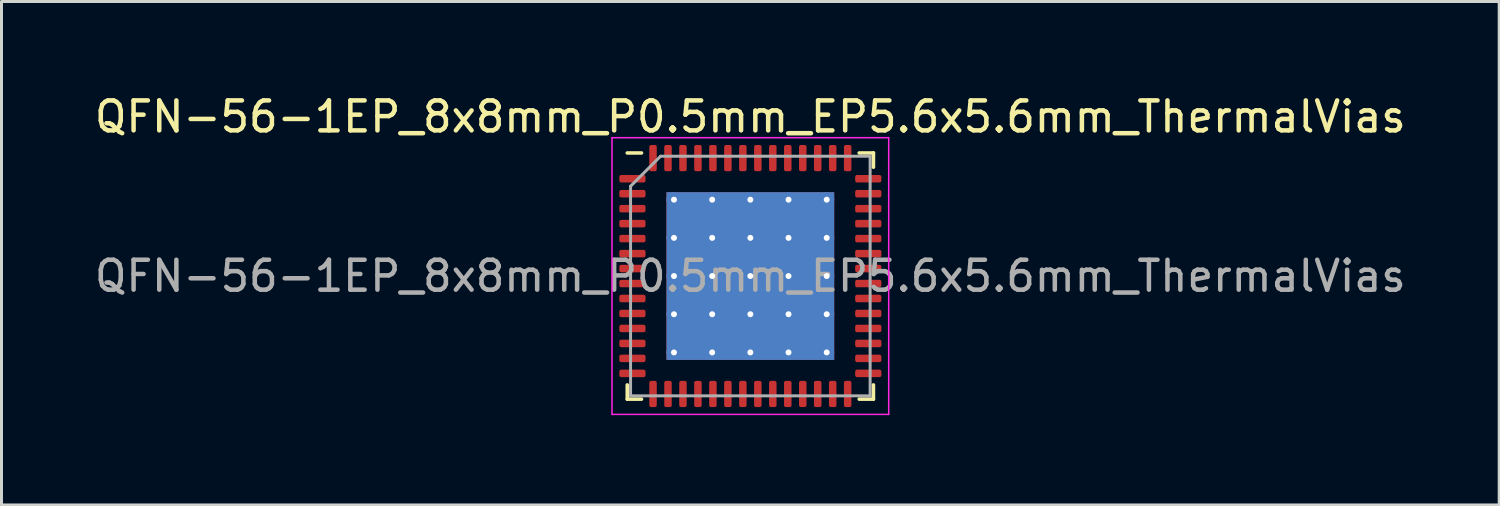
<source format=kicad_pcb>
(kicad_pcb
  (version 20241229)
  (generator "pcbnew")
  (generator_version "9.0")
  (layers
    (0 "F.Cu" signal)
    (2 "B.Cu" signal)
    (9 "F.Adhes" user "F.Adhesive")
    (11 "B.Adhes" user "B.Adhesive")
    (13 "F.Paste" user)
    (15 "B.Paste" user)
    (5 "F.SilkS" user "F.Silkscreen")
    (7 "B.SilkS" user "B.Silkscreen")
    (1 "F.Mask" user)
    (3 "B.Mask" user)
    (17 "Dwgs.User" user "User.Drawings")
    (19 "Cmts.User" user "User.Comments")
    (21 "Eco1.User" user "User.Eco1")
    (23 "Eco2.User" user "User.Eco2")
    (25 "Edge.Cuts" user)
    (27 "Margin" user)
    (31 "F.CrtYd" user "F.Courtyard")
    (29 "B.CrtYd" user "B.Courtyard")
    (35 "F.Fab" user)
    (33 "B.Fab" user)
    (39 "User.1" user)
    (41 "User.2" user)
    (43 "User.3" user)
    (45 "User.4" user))
  (footprint "QFN-56-1EP_8x8mm_P0.5mm_EP5.6x5.6mm_ThermalVias"
    (layer "F.Cu")
    (at 22.006 6.168)
    (property "Reference" "QFN-56-1EP_8x8mm_P0.5mm_EP5.6x5.6mm_ThermalVias" (at 0 -5.32 0) (layer "F.SilkS") (effects (font (size 1 1) (thickness 0.15))))
    (attr smd)
    (fp_line (start -4.11 4.11) (end -4.11 3.635) (stroke (width 0.12) (type solid)) (layer "F.SilkS"))
    (fp_line (start -3.635 -4.11) (end -4.11 -4.11) (stroke (width 0.12) (type solid)) (layer "F.SilkS"))
    (fp_line (start -3.635 4.11) (end -4.11 4.11) (stroke (width 0.12) (type solid)) (layer "F.SilkS"))
    (fp_line (start 3.635 -4.11) (end 4.11 -4.11) (stroke (width 0.12) (type solid)) (layer "F.SilkS"))
    (fp_line (start 3.635 4.11) (end 4.11 4.11) (stroke (width 0.12) (type solid)) (layer "F.SilkS"))
    (fp_line (start 4.11 -4.11) (end 4.11 -3.635) (stroke (width 0.12) (type solid)) (layer "F.SilkS"))
    (fp_line (start 4.11 4.11) (end 4.11 3.635) (stroke (width 0.12) (type solid)) (layer "F.SilkS"))
    (fp_line (start -4.62 -4.62) (end -4.62 4.62) (stroke (width 0.05) (type solid)) (layer "F.CrtYd"))
    (fp_line (start -4.62 4.62) (end 4.62 4.62) (stroke (width 0.05) (type solid)) (layer "F.CrtYd"))
    (fp_line (start 4.62 -4.62) (end -4.62 -4.62) (stroke (width 0.05) (type solid)) (layer "F.CrtYd"))
    (fp_line (start 4.62 4.62) (end 4.62 -4.62) (stroke (width 0.05) (type solid)) (layer "F.CrtYd"))
    (fp_line (start -4 -3) (end -3 -4) (stroke (width 0.1) (type solid)) (layer "F.Fab"))
    (fp_line (start -4 4) (end -4 -3) (stroke (width 0.1) (type solid)) (layer "F.Fab"))
    (fp_line (start -3 -4) (end 4 -4) (stroke (width 0.1) (type solid)) (layer "F.Fab"))
    (fp_line (start 4 -4) (end 4 4) (stroke (width 0.1) (type solid)) (layer "F.Fab"))
    (fp_line (start 4 4) (end -4 4) (stroke (width 0.1) (type solid)) (layer "F.Fab"))
    (fp_text user "${REFERENCE}" (at 0 0 0) (layer "F.Fab") (effects (font (size 1 1) (thickness 0.15))))
    (pad "" smd roundrect (at -1.913 -1.913) (size 1.084 1.084) (layers "F.Paste") (roundrect_rratio 0.231))
    (pad "" smd roundrect (at -1.913 -0.637) (size 1.084 1.084) (layers "F.Paste") (roundrect_rratio 0.231))
    (pad "" smd roundrect (at -1.913 0.637) (size 1.084 1.084) (layers "F.Paste") (roundrect_rratio 0.231))
    (pad "" smd roundrect (at -1.913 1.913) (size 1.084 1.084) (layers "F.Paste") (roundrect_rratio 0.231))
    (pad "" smd roundrect (at -0.637 -1.913) (size 1.084 1.084) (layers "F.Paste") (roundrect_rratio 0.231))
    (pad "" smd roundrect (at -0.637 -0.637) (size 1.084 1.084) (layers "F.Paste") (roundrect_rratio 0.231))
    (pad "" smd roundrect (at -0.637 0.637) (size 1.084 1.084) (layers "F.Paste") (roundrect_rratio 0.231))
    (pad "" smd roundrect (at -0.637 1.913) (size 1.084 1.084) (layers "F.Paste") (roundrect_rratio 0.231))
    (pad "" smd roundrect (at 0.637 -1.913) (size 1.084 1.084) (layers "F.Paste") (roundrect_rratio 0.231))
    (pad "" smd roundrect (at 0.637 -0.637) (size 1.084 1.084) (layers "F.Paste") (roundrect_rratio 0.231))
    (pad "" smd roundrect (at 0.637 0.637) (size 1.084 1.084) (layers "F.Paste") (roundrect_rratio 0.231))
    (pad "" smd roundrect (at 0.637 1.913) (size 1.084 1.084) (layers "F.Paste") (roundrect_rratio 0.231))
    (pad "" smd roundrect (at 1.913 -1.913) (size 1.084 1.084) (layers "F.Paste") (roundrect_rratio 0.231))
    (pad "" smd roundrect (at 1.913 -0.637) (size 1.084 1.084) (layers "F.Paste") (roundrect_rratio 0.231))
    (pad "" smd roundrect (at 1.913 0.637) (size 1.084 1.084) (layers "F.Paste") (roundrect_rratio 0.231))
    (pad "" smd roundrect (at 1.913 1.913) (size 1.084 1.084) (layers "F.Paste") (roundrect_rratio 0.231))
    (pad "1" smd roundrect (at -3.938 -3.25) (size 0.875 0.25) (layers "F.Cu" "F.Mask" "F.Paste") (roundrect_rratio 0.25))
    (pad "2" smd roundrect (at -3.938 -2.75) (size 0.875 0.25) (layers "F.Cu" "F.Mask" "F.Paste") (roundrect_rratio 0.25))
    (pad "3" smd roundrect (at -3.938 -2.25) (size 0.875 0.25) (layers "F.Cu" "F.Mask" "F.Paste") (roundrect_rratio 0.25))
    (pad "4" smd roundrect (at -3.938 -1.75) (size 0.875 0.25) (layers "F.Cu" "F.Mask" "F.Paste") (roundrect_rratio 0.25))
    (pad "5" smd roundrect (at -3.938 -1.25) (size 0.875 0.25) (layers "F.Cu" "F.Mask" "F.Paste") (roundrect_rratio 0.25))
    (pad "6" smd roundrect (at -3.938 -0.75) (size 0.875 0.25) (layers "F.Cu" "F.Mask" "F.Paste") (roundrect_rratio 0.25))
    (pad "7" smd roundrect (at -3.938 -0.25) (size 0.875 0.25) (layers "F.Cu" "F.Mask" "F.Paste") (roundrect_rratio 0.25))
    (pad "8" smd roundrect (at -3.938 0.25) (size 0.875 0.25) (layers "F.Cu" "F.Mask" "F.Paste") (roundrect_rratio 0.25))
    (pad "9" smd roundrect (at -3.938 0.75) (size 0.875 0.25) (layers "F.Cu" "F.Mask" "F.Paste") (roundrect_rratio 0.25))
    (pad "10" smd roundrect (at -3.938 1.25) (size 0.875 0.25) (layers "F.Cu" "F.Mask" "F.Paste") (roundrect_rratio 0.25))
    (pad "11" smd roundrect (at -3.938 1.75) (size 0.875 0.25) (layers "F.Cu" "F.Mask" "F.Paste") (roundrect_rratio 0.25))
    (pad "12" smd roundrect (at -3.938 2.25) (size 0.875 0.25) (layers "F.Cu" "F.Mask" "F.Paste") (roundrect_rratio 0.25))
    (pad "13" smd roundrect (at -3.938 2.75) (size 0.875 0.25) (layers "F.Cu" "F.Mask" "F.Paste") (roundrect_rratio 0.25))
    (pad "14" smd roundrect (at -3.938 3.25) (size 0.875 0.25) (layers "F.Cu" "F.Mask" "F.Paste") (roundrect_rratio 0.25))
    (pad "15" smd roundrect (at -3.25 3.938) (size 0.25 0.875) (layers "F.Cu" "F.Mask" "F.Paste") (roundrect_rratio 0.25))
    (pad "16" smd roundrect (at -2.75 3.938) (size 0.25 0.875) (layers "F.Cu" "F.Mask" "F.Paste") (roundrect_rratio 0.25))
    (pad "17" smd roundrect (at -2.25 3.938) (size 0.25 0.875) (layers "F.Cu" "F.Mask" "F.Paste") (roundrect_rratio 0.25))
    (pad "18" smd roundrect (at -1.75 3.938) (size 0.25 0.875) (layers "F.Cu" "F.Mask" "F.Paste") (roundrect_rratio 0.25))
    (pad "19" smd roundrect (at -1.25 3.938) (size 0.25 0.875) (layers "F.Cu" "F.Mask" "F.Paste") (roundrect_rratio 0.25))
    (pad "20" smd roundrect (at -0.75 3.938) (size 0.25 0.875) (layers "F.Cu" "F.Mask" "F.Paste") (roundrect_rratio 0.25))
    (pad "21" smd roundrect (at -0.25 3.938) (size 0.25 0.875) (layers "F.Cu" "F.Mask" "F.Paste") (roundrect_rratio 0.25))
    (pad "22" smd roundrect (at 0.25 3.938) (size 0.25 0.875) (layers "F.Cu" "F.Mask" "F.Paste") (roundrect_rratio 0.25))
    (pad "23" smd roundrect (at 0.75 3.938) (size 0.25 0.875) (layers "F.Cu" "F.Mask" "F.Paste") (roundrect_rratio 0.25))
    (pad "24" smd roundrect (at 1.25 3.938) (size 0.25 0.875) (layers "F.Cu" "F.Mask" "F.Paste") (roundrect_rratio 0.25))
    (pad "25" smd roundrect (at 1.75 3.938) (size 0.25 0.875) (layers "F.Cu" "F.Mask" "F.Paste") (roundrect_rratio 0.25))
    (pad "26" smd roundrect (at 2.25 3.938) (size 0.25 0.875) (layers "F.Cu" "F.Mask" "F.Paste") (roundrect_rratio 0.25))
    (pad "27" smd roundrect (at 2.75 3.938) (size 0.25 0.875) (layers "F.Cu" "F.Mask" "F.Paste") (roundrect_rratio 0.25))
    (pad "28" smd roundrect (at 3.25 3.938) (size 0.25 0.875) (layers "F.Cu" "F.Mask" "F.Paste") (roundrect_rratio 0.25))
    (pad "29" smd roundrect (at 3.938 3.25) (size 0.875 0.25) (layers "F.Cu" "F.Mask" "F.Paste") (roundrect_rratio 0.25))
    (pad "30" smd roundrect (at 3.938 2.75) (size 0.875 0.25) (layers "F.Cu" "F.Mask" "F.Paste") (roundrect_rratio 0.25))
    (pad "31" smd roundrect (at 3.938 2.25) (size 0.875 0.25) (layers "F.Cu" "F.Mask" "F.Paste") (roundrect_rratio 0.25))
    (pad "32" smd roundrect (at 3.938 1.75) (size 0.875 0.25) (layers "F.Cu" "F.Mask" "F.Paste") (roundrect_rratio 0.25))
    (pad "33" smd roundrect (at 3.938 1.25) (size 0.875 0.25) (layers "F.Cu" "F.Mask" "F.Paste") (roundrect_rratio 0.25))
    (pad "34" smd roundrect (at 3.938 0.75) (size 0.875 0.25) (layers "F.Cu" "F.Mask" "F.Paste") (roundrect_rratio 0.25))
    (pad "35" smd roundrect (at 3.938 0.25) (size 0.875 0.25) (layers "F.Cu" "F.Mask" "F.Paste") (roundrect_rratio 0.25))
    (pad "36" smd roundrect (at 3.938 -0.25) (size 0.875 0.25) (layers "F.Cu" "F.Mask" "F.Paste") (roundrect_rratio 0.25))
    (pad "37" smd roundrect (at 3.938 -0.75) (size 0.875 0.25) (layers "F.Cu" "F.Mask" "F.Paste") (roundrect_rratio 0.25))
    (pad "38" smd roundrect (at 3.938 -1.25) (size 0.875 0.25) (layers "F.Cu" "F.Mask" "F.Paste") (roundrect_rratio 0.25))
    (pad "39" smd roundrect (at 3.938 -1.75) (size 0.875 0.25) (layers "F.Cu" "F.Mask" "F.Paste") (roundrect_rratio 0.25))
    (pad "40" smd roundrect (at 3.938 -2.25) (size 0.875 0.25) (layers "F.Cu" "F.Mask" "F.Paste") (roundrect_rratio 0.25))
    (pad "41" smd roundrect (at 3.938 -2.75) (size 0.875 0.25) (layers "F.Cu" "F.Mask" "F.Paste") (roundrect_rratio 0.25))
    (pad "42" smd roundrect (at 3.938 -3.25) (size 0.875 0.25) (layers "F.Cu" "F.Mask" "F.Paste") (roundrect_rratio 0.25))
    (pad "43" smd roundrect (at 3.25 -3.938) (size 0.25 0.875) (layers "F.Cu" "F.Mask" "F.Paste") (roundrect_rratio 0.25))
    (pad "44" smd roundrect (at 2.75 -3.938) (size 0.25 0.875) (layers "F.Cu" "F.Mask" "F.Paste") (roundrect_rratio 0.25))
    (pad "45" smd roundrect (at 2.25 -3.938) (size 0.25 0.875) (layers "F.Cu" "F.Mask" "F.Paste") (roundrect_rratio 0.25))
    (pad "46" smd roundrect (at 1.75 -3.938) (size 0.25 0.875) (layers "F.Cu" "F.Mask" "F.Paste") (roundrect_rratio 0.25))
    (pad "47" smd roundrect (at 1.25 -3.938) (size 0.25 0.875) (layers "F.Cu" "F.Mask" "F.Paste") (roundrect_rratio 0.25))
    (pad "48" smd roundrect (at 0.75 -3.938) (size 0.25 0.875) (layers "F.Cu" "F.Mask" "F.Paste") (roundrect_rratio 0.25))
    (pad "49" smd roundrect (at 0.25 -3.938) (size 0.25 0.875) (layers "F.Cu" "F.Mask" "F.Paste") (roundrect_rratio 0.25))
    (pad "50" smd roundrect (at -0.25 -3.938) (size 0.25 0.875) (layers "F.Cu" "F.Mask" "F.Paste") (roundrect_rratio 0.25))
    (pad "51" smd roundrect (at -0.75 -3.938) (size 0.25 0.875) (layers "F.Cu" "F.Mask" "F.Paste") (roundrect_rratio 0.25))
    (pad "52" smd roundrect (at -1.25 -3.938) (size 0.25 0.875) (layers "F.Cu" "F.Mask" "F.Paste") (roundrect_rratio 0.25))
    (pad "53" smd roundrect (at -1.75 -3.938) (size 0.25 0.875) (layers "F.Cu" "F.Mask" "F.Paste") (roundrect_rratio 0.25))
    (pad "54" smd roundrect (at -2.25 -3.938) (size 0.25 0.875) (layers "F.Cu" "F.Mask" "F.Paste") (roundrect_rratio 0.25))
    (pad "55" smd roundrect (at -2.75 -3.938) (size 0.25 0.875) (layers "F.Cu" "F.Mask" "F.Paste") (roundrect_rratio 0.25))
    (pad "56" smd roundrect (at -3.25 -3.938) (size 0.25 0.875) (layers "F.Cu" "F.Mask" "F.Paste") (roundrect_rratio 0.25))
    (pad "57" thru_hole circle (at -2.55 -2.55) (size 0.5 0.5) (drill 0.2) (layers "*.Cu"))
    (pad "57" thru_hole circle (at -2.55 -1.275) (size 0.5 0.5) (drill 0.2) (layers "*.Cu"))
    (pad "57" thru_hole circle (at -2.55 0) (size 0.5 0.5) (drill 0.2) (layers "*.Cu"))
    (pad "57" thru_hole circle (at -2.55 1.275) (size 0.5 0.5) (drill 0.2) (layers "*.Cu"))
    (pad "57" thru_hole circle (at -2.55 2.55) (size 0.5 0.5) (drill 0.2) (layers "*.Cu"))
    (pad "57" thru_hole circle (at -1.275 -2.55) (size 0.5 0.5) (drill 0.2) (layers "*.Cu"))
    (pad "57" thru_hole circle (at -1.275 -1.275) (size 0.5 0.5) (drill 0.2) (layers "*.Cu"))
    (pad "57" thru_hole circle (at -1.275 0) (size 0.5 0.5) (drill 0.2) (layers "*.Cu"))
    (pad "57" thru_hole circle (at -1.275 1.275) (size 0.5 0.5) (drill 0.2) (layers "*.Cu"))
    (pad "57" thru_hole circle (at -1.275 2.55) (size 0.5 0.5) (drill 0.2) (layers "*.Cu"))
    (pad "57" thru_hole circle (at 0 -2.55) (size 0.5 0.5) (drill 0.2) (layers "*.Cu"))
    (pad "57" thru_hole circle (at 0 -1.275) (size 0.5 0.5) (drill 0.2) (layers "*.Cu"))
    (pad "57" thru_hole circle (at 0 0) (size 0.5 0.5) (drill 0.2) (layers "*.Cu"))
    (pad "57" smd rect (at 0 0) (size 5.6 5.6) (layers "F.Cu" "F.Mask"))
    (pad "57" smd rect (at 0 0) (size 5.6 5.6) (layers "B.Cu"))
    (pad "57" thru_hole circle (at 0 1.275) (size 0.5 0.5) (drill 0.2) (layers "*.Cu"))
    (pad "57" thru_hole circle (at 0 2.55) (size 0.5 0.5) (drill 0.2) (layers "*.Cu"))
    (pad "57" thru_hole circle (at 1.275 -2.55) (size 0.5 0.5) (drill 0.2) (layers "*.Cu"))
    (pad "57" thru_hole circle (at 1.275 -1.275) (size 0.5 0.5) (drill 0.2) (layers "*.Cu"))
    (pad "57" thru_hole circle (at 1.275 0) (size 0.5 0.5) (drill 0.2) (layers "*.Cu"))
    (pad "57" thru_hole circle (at 1.275 1.275) (size 0.5 0.5) (drill 0.2) (layers "*.Cu"))
    (pad "57" thru_hole circle (at 1.275 2.55) (size 0.5 0.5) (drill 0.2) (layers "*.Cu"))
    (pad "57" thru_hole circle (at 2.55 -2.55) (size 0.5 0.5) (drill 0.2) (layers "*.Cu"))
    (pad "57" thru_hole circle (at 2.55 -1.275) (size 0.5 0.5) (drill 0.2) (layers "*.Cu"))
    (pad "57" thru_hole circle (at 2.55 0) (size 0.5 0.5) (drill 0.2) (layers "*.Cu"))
    (pad "57" thru_hole circle (at 2.55 1.275) (size 0.5 0.5) (drill 0.2) (layers "*.Cu"))
    (pad "57" thru_hole circle (at 2.55 2.55) (size 0.5 0.5) (drill 0.2) (layers "*.Cu")))
  (gr_rect
    (start -3 -3)
    (end 47.012 13.813)
    (stroke (width 0.1) (type default))
    (fill no)
    (layer "Edge.Cuts")))
</source>
